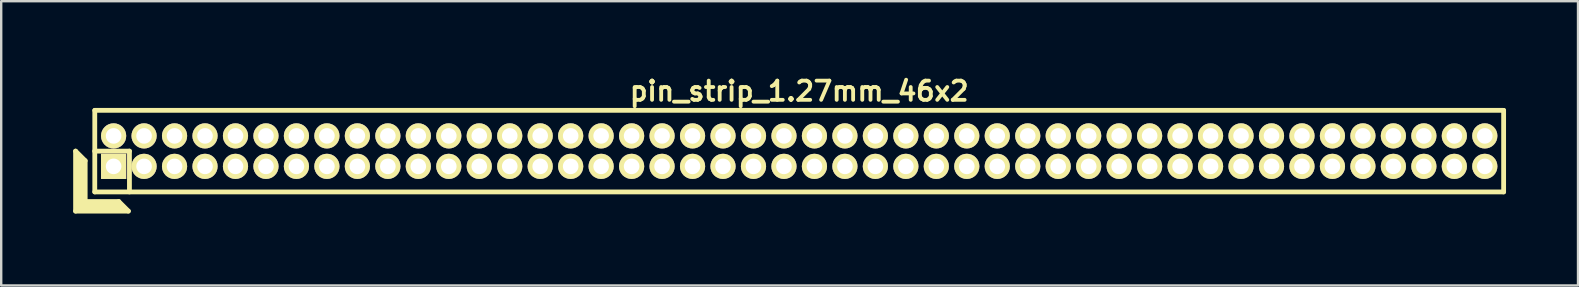
<source format=kicad_pcb>
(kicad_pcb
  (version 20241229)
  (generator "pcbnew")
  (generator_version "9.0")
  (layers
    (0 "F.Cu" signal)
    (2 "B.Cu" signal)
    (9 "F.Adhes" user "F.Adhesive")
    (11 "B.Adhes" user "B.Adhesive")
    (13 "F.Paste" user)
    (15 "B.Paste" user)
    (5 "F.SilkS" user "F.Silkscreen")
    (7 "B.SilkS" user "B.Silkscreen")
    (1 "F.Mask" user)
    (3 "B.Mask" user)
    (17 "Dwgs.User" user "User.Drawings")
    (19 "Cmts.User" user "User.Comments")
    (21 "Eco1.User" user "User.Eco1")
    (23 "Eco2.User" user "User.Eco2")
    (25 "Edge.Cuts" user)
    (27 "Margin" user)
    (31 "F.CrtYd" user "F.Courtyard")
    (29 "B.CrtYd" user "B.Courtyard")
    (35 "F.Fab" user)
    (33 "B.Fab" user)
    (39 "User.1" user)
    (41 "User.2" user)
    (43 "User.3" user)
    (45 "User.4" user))
  (footprint "pin_strip_1.27mm_46x2"
    (layer "F.Cu")
    (at 30.26 3.249)
    (property "Reference" "pin_strip_1.27mm_46x2" (at 0 -2.5 0) (layer "F.SilkS") (effects (font (size 0.8 0.8) (thickness 0.16))))
    (attr through_hole)
    (fp_line (start -30.16 0) (end -30.16 2.5) (stroke (width 0.2) (type solid)) (layer "F.SilkS"))
    (fp_line (start -30.16 0) (end -29.76 0.4) (stroke (width 0.2) (type solid)) (layer "F.SilkS"))
    (fp_line (start -30.16 2.5) (end -27.96 2.5) (stroke (width 0.2) (type solid)) (layer "F.SilkS"))
    (fp_line (start -30.06 2.4) (end -30.06 0.2) (stroke (width 0.2) (type solid)) (layer "F.SilkS"))
    (fp_line (start -30.06 2.4) (end -28.16 2.4) (stroke (width 0.2) (type solid)) (layer "F.SilkS"))
    (fp_line (start -29.96 2.3) (end -29.96 0.3) (stroke (width 0.2) (type solid)) (layer "F.SilkS"))
    (fp_line (start -29.96 2.3) (end -28.26 2.3) (stroke (width 0.2) (type solid)) (layer "F.SilkS"))
    (fp_line (start -29.86 2.2) (end -29.86 0.4) (stroke (width 0.2) (type solid)) (layer "F.SilkS"))
    (fp_line (start -29.86 2.2) (end -28.36 2.2) (stroke (width 0.2) (type solid)) (layer "F.SilkS"))
    (fp_line (start -29.76 2.1) (end -29.76 0.4) (stroke (width 0.2) (type solid)) (layer "F.SilkS"))
    (fp_line (start -29.76 2.1) (end -28.36 2.1) (stroke (width 0.2) (type solid)) (layer "F.SilkS"))
    (fp_line (start -29.365 0) (end -27.915 0) (stroke (width 0.2) (type solid)) (layer "F.SilkS"))
    (fp_line (start -29.36 -1.7) (end 29.36 -1.7) (stroke (width 0.2) (type solid)) (layer "F.SilkS"))
    (fp_line (start -29.36 1.7) (end -29.36 -1.7) (stroke (width 0.2) (type solid)) (layer "F.SilkS"))
    (fp_line (start -28.36 2.1) (end -27.96 2.5) (stroke (width 0.2) (type solid)) (layer "F.SilkS"))
    (fp_line (start -27.915 0) (end -27.915 1.7) (stroke (width 0.2) (type solid)) (layer "F.SilkS"))
    (fp_line (start 29.36 -1.7) (end 29.36 1.7) (stroke (width 0.2) (type solid)) (layer "F.SilkS"))
    (fp_line (start 29.36 1.7) (end -29.36 1.7) (stroke (width 0.2) (type solid)) (layer "F.SilkS"))
    (pad "1" thru_hole rect (at -28.575 0.635) (size 1.05 1.05) (drill 0.65) (layers "*.Cu" "*.Mask" "F.SilkS"))
    (pad "2" thru_hole oval (at -28.575 -0.635) (size 1.05 1.05) (drill 0.65) (layers "*.Cu" "*.Mask" "F.SilkS"))
    (pad "3" thru_hole oval (at -27.305 0.635) (size 1.05 1.05) (drill 0.65) (layers "*.Cu" "*.Mask" "F.SilkS"))
    (pad "4" thru_hole oval (at -27.305 -0.635) (size 1.05 1.05) (drill 0.65) (layers "*.Cu" "*.Mask" "F.SilkS"))
    (pad "5" thru_hole oval (at -26.035 0.635) (size 1.05 1.05) (drill 0.65) (layers "*.Cu" "*.Mask" "F.SilkS"))
    (pad "6" thru_hole oval (at -26.035 -0.635) (size 1.05 1.05) (drill 0.65) (layers "*.Cu" "*.Mask" "F.SilkS"))
    (pad "7" thru_hole oval (at -24.765 0.635) (size 1.05 1.05) (drill 0.65) (layers "*.Cu" "*.Mask" "F.SilkS"))
    (pad "8" thru_hole oval (at -24.765 -0.635) (size 1.05 1.05) (drill 0.65) (layers "*.Cu" "*.Mask" "F.SilkS"))
    (pad "9" thru_hole oval (at -23.495 0.635) (size 1.05 1.05) (drill 0.65) (layers "*.Cu" "*.Mask" "F.SilkS"))
    (pad "10" thru_hole oval (at -23.495 -0.635) (size 1.05 1.05) (drill 0.65) (layers "*.Cu" "*.Mask" "F.SilkS"))
    (pad "11" thru_hole oval (at -22.225 0.635) (size 1.05 1.05) (drill 0.65) (layers "*.Cu" "*.Mask" "F.SilkS"))
    (pad "12" thru_hole oval (at -22.225 -0.635) (size 1.05 1.05) (drill 0.65) (layers "*.Cu" "*.Mask" "F.SilkS"))
    (pad "13" thru_hole oval (at -20.955 0.635) (size 1.05 1.05) (drill 0.65) (layers "*.Cu" "*.Mask" "F.SilkS"))
    (pad "14" thru_hole oval (at -20.955 -0.635) (size 1.05 1.05) (drill 0.65) (layers "*.Cu" "*.Mask" "F.SilkS"))
    (pad "15" thru_hole oval (at -19.685 0.635) (size 1.05 1.05) (drill 0.65) (layers "*.Cu" "*.Mask" "F.SilkS"))
    (pad "16" thru_hole oval (at -19.685 -0.635) (size 1.05 1.05) (drill 0.65) (layers "*.Cu" "*.Mask" "F.SilkS"))
    (pad "17" thru_hole oval (at -18.415 0.635) (size 1.05 1.05) (drill 0.65) (layers "*.Cu" "*.Mask" "F.SilkS"))
    (pad "18" thru_hole oval (at -18.415 -0.635) (size 1.05 1.05) (drill 0.65) (layers "*.Cu" "*.Mask" "F.SilkS"))
    (pad "19" thru_hole oval (at -17.145 0.635) (size 1.05 1.05) (drill 0.65) (layers "*.Cu" "*.Mask" "F.SilkS"))
    (pad "20" thru_hole oval (at -17.145 -0.635) (size 1.05 1.05) (drill 0.65) (layers "*.Cu" "*.Mask" "F.SilkS"))
    (pad "21" thru_hole oval (at -15.875 0.635) (size 1.05 1.05) (drill 0.65) (layers "*.Cu" "*.Mask" "F.SilkS"))
    (pad "22" thru_hole oval (at -15.875 -0.635) (size 1.05 1.05) (drill 0.65) (layers "*.Cu" "*.Mask" "F.SilkS"))
    (pad "23" thru_hole oval (at -14.605 0.635) (size 1.05 1.05) (drill 0.65) (layers "*.Cu" "*.Mask" "F.SilkS"))
    (pad "24" thru_hole oval (at -14.605 -0.635) (size 1.05 1.05) (drill 0.65) (layers "*.Cu" "*.Mask" "F.SilkS"))
    (pad "25" thru_hole oval (at -13.335 0.635) (size 1.05 1.05) (drill 0.65) (layers "*.Cu" "*.Mask" "F.SilkS"))
    (pad "26" thru_hole oval (at -13.335 -0.635) (size 1.05 1.05) (drill 0.65) (layers "*.Cu" "*.Mask" "F.SilkS"))
    (pad "27" thru_hole oval (at -12.065 0.635) (size 1.05 1.05) (drill 0.65) (layers "*.Cu" "*.Mask" "F.SilkS"))
    (pad "28" thru_hole oval (at -12.065 -0.635) (size 1.05 1.05) (drill 0.65) (layers "*.Cu" "*.Mask" "F.SilkS"))
    (pad "29" thru_hole oval (at -10.795 0.635) (size 1.05 1.05) (drill 0.65) (layers "*.Cu" "*.Mask" "F.SilkS"))
    (pad "30" thru_hole oval (at -10.795 -0.635) (size 1.05 1.05) (drill 0.65) (layers "*.Cu" "*.Mask" "F.SilkS"))
    (pad "31" thru_hole oval (at -9.525 0.635) (size 1.05 1.05) (drill 0.65) (layers "*.Cu" "*.Mask" "F.SilkS"))
    (pad "32" thru_hole oval (at -9.525 -0.635) (size 1.05 1.05) (drill 0.65) (layers "*.Cu" "*.Mask" "F.SilkS"))
    (pad "33" thru_hole oval (at -8.255 0.635) (size 1.05 1.05) (drill 0.65) (layers "*.Cu" "*.Mask" "F.SilkS"))
    (pad "34" thru_hole oval (at -8.255 -0.635) (size 1.05 1.05) (drill 0.65) (layers "*.Cu" "*.Mask" "F.SilkS"))
    (pad "35" thru_hole oval (at -6.985 0.635) (size 1.05 1.05) (drill 0.65) (layers "*.Cu" "*.Mask" "F.SilkS"))
    (pad "36" thru_hole oval (at -6.985 -0.635) (size 1.05 1.05) (drill 0.65) (layers "*.Cu" "*.Mask" "F.SilkS"))
    (pad "37" thru_hole oval (at -5.715 0.635) (size 1.05 1.05) (drill 0.65) (layers "*.Cu" "*.Mask" "F.SilkS"))
    (pad "38" thru_hole oval (at -5.715 -0.635) (size 1.05 1.05) (drill 0.65) (layers "*.Cu" "*.Mask" "F.SilkS"))
    (pad "39" thru_hole oval (at -4.445 0.635) (size 1.05 1.05) (drill 0.65) (layers "*.Cu" "*.Mask" "F.SilkS"))
    (pad "40" thru_hole oval (at -4.445 -0.635) (size 1.05 1.05) (drill 0.65) (layers "*.Cu" "*.Mask" "F.SilkS"))
    (pad "41" thru_hole oval (at -3.175 0.635) (size 1.05 1.05) (drill 0.65) (layers "*.Cu" "*.Mask" "F.SilkS"))
    (pad "42" thru_hole oval (at -3.175 -0.635) (size 1.05 1.05) (drill 0.65) (layers "*.Cu" "*.Mask" "F.SilkS"))
    (pad "43" thru_hole oval (at -1.905 0.635) (size 1.05 1.05) (drill 0.65) (layers "*.Cu" "*.Mask" "F.SilkS"))
    (pad "44" thru_hole oval (at -1.905 -0.635) (size 1.05 1.05) (drill 0.65) (layers "*.Cu" "*.Mask" "F.SilkS"))
    (pad "45" thru_hole oval (at -0.635 0.635) (size 1.05 1.05) (drill 0.65) (layers "*.Cu" "*.Mask" "F.SilkS"))
    (pad "46" thru_hole oval (at -0.635 -0.635) (size 1.05 1.05) (drill 0.65) (layers "*.Cu" "*.Mask" "F.SilkS"))
    (pad "47" thru_hole oval (at 0.635 0.635) (size 1.05 1.05) (drill 0.65) (layers "*.Cu" "*.Mask" "F.SilkS"))
    (pad "48" thru_hole oval (at 0.635 -0.635) (size 1.05 1.05) (drill 0.65) (layers "*.Cu" "*.Mask" "F.SilkS"))
    (pad "49" thru_hole oval (at 1.905 0.635) (size 1.05 1.05) (drill 0.65) (layers "*.Cu" "*.Mask" "F.SilkS"))
    (pad "50" thru_hole oval (at 1.905 -0.635) (size 1.05 1.05) (drill 0.65) (layers "*.Cu" "*.Mask" "F.SilkS"))
    (pad "51" thru_hole circle (at 3.175 0.635) (size 1.05 1.05) (drill 0.65) (layers "*.Cu" "*.Mask" "F.SilkS"))
    (pad "52" thru_hole oval (at 3.175 -0.635) (size 1.05 1.05) (drill 0.65) (layers "*.Cu" "*.Mask" "F.SilkS"))
    (pad "53" thru_hole oval (at 4.445 0.635) (size 1.05 1.05) (drill 0.65) (layers "*.Cu" "*.Mask" "F.SilkS"))
    (pad "54" thru_hole oval (at 4.445 -0.635) (size 1.05 1.05) (drill 0.65) (layers "*.Cu" "*.Mask" "F.SilkS"))
    (pad "55" thru_hole oval (at 5.715 0.635) (size 1.05 1.05) (drill 0.65) (layers "*.Cu" "*.Mask" "F.SilkS"))
    (pad "56" thru_hole oval (at 5.715 -0.635) (size 1.05 1.05) (drill 0.65) (layers "*.Cu" "*.Mask" "F.SilkS"))
    (pad "57" thru_hole oval (at 6.985 0.635) (size 1.05 1.05) (drill 0.65) (layers "*.Cu" "*.Mask" "F.SilkS"))
    (pad "58" thru_hole oval (at 6.985 -0.635) (size 1.05 1.05) (drill 0.65) (layers "*.Cu" "*.Mask" "F.SilkS"))
    (pad "59" thru_hole oval (at 8.255 0.635) (size 1.05 1.05) (drill 0.65) (layers "*.Cu" "*.Mask" "F.SilkS"))
    (pad "60" thru_hole oval (at 8.255 -0.635) (size 1.05 1.05) (drill 0.65) (layers "*.Cu" "*.Mask" "F.SilkS"))
    (pad "61" thru_hole oval (at 9.525 0.635) (size 1.05 1.05) (drill 0.65) (layers "*.Cu" "*.Mask" "F.SilkS"))
    (pad "62" thru_hole oval (at 9.525 -0.635) (size 1.05 1.05) (drill 0.65) (layers "*.Cu" "*.Mask" "F.SilkS"))
    (pad "63" thru_hole oval (at 10.795 0.635) (size 1.05 1.05) (drill 0.65) (layers "*.Cu" "*.Mask" "F.SilkS"))
    (pad "64" thru_hole oval (at 10.795 -0.635) (size 1.05 1.05) (drill 0.65) (layers "*.Cu" "*.Mask" "F.SilkS"))
    (pad "65" thru_hole oval (at 12.065 0.635) (size 1.05 1.05) (drill 0.65) (layers "*.Cu" "*.Mask" "F.SilkS"))
    (pad "66" thru_hole oval (at 12.065 -0.635) (size 1.05 1.05) (drill 0.65) (layers "*.Cu" "*.Mask" "F.SilkS"))
    (pad "67" thru_hole oval (at 13.335 0.635) (size 1.05 1.05) (drill 0.65) (layers "*.Cu" "*.Mask" "F.SilkS"))
    (pad "68" thru_hole oval (at 13.335 -0.635) (size 1.05 1.05) (drill 0.65) (layers "*.Cu" "*.Mask" "F.SilkS"))
    (pad "69" thru_hole oval (at 14.605 0.635) (size 1.05 1.05) (drill 0.65) (layers "*.Cu" "*.Mask" "F.SilkS"))
    (pad "70" thru_hole oval (at 14.605 -0.635) (size 1.05 1.05) (drill 0.65) (layers "*.Cu" "*.Mask" "F.SilkS"))
    (pad "71" thru_hole oval (at 15.875 0.635) (size 1.05 1.05) (drill 0.65) (layers "*.Cu" "*.Mask" "F.SilkS"))
    (pad "72" thru_hole oval (at 15.875 -0.635) (size 1.05 1.05) (drill 0.65) (layers "*.Cu" "*.Mask" "F.SilkS"))
    (pad "73" thru_hole oval (at 17.145 0.635) (size 1.05 1.05) (drill 0.65) (layers "*.Cu" "*.Mask" "F.SilkS"))
    (pad "74" thru_hole oval (at 17.145 -0.635) (size 1.05 1.05) (drill 0.65) (layers "*.Cu" "*.Mask" "F.SilkS"))
    (pad "75" thru_hole oval (at 18.415 0.635) (size 1.05 1.05) (drill 0.65) (layers "*.Cu" "*.Mask" "F.SilkS"))
    (pad "76" thru_hole oval (at 18.415 -0.635) (size 1.05 1.05) (drill 0.65) (layers "*.Cu" "*.Mask" "F.SilkS"))
    (pad "77" thru_hole oval (at 19.685 0.635) (size 1.05 1.05) (drill 0.65) (layers "*.Cu" "*.Mask" "F.SilkS"))
    (pad "78" thru_hole oval (at 19.685 -0.635) (size 1.05 1.05) (drill 0.65) (layers "*.Cu" "*.Mask" "F.SilkS"))
    (pad "79" thru_hole oval (at 20.955 0.635) (size 1.05 1.05) (drill 0.65) (layers "*.Cu" "*.Mask" "F.SilkS"))
    (pad "80" thru_hole oval (at 20.955 -0.635) (size 1.05 1.05) (drill 0.65) (layers "*.Cu" "*.Mask" "F.SilkS"))
    (pad "81" thru_hole oval (at 22.225 0.635) (size 1.05 1.05) (drill 0.65) (layers "*.Cu" "*.Mask" "F.SilkS"))
    (pad "82" thru_hole oval (at 22.225 -0.635) (size 1.05 1.05) (drill 0.65) (layers "*.Cu" "*.Mask" "F.SilkS"))
    (pad "83" thru_hole oval (at 23.495 0.635) (size 1.05 1.05) (drill 0.65) (layers "*.Cu" "*.Mask" "F.SilkS"))
    (pad "84" thru_hole oval (at 23.495 -0.635) (size 1.05 1.05) (drill 0.65) (layers "*.Cu" "*.Mask" "F.SilkS"))
    (pad "85" thru_hole oval (at 24.765 0.635) (size 1.05 1.05) (drill 0.65) (layers "*.Cu" "*.Mask" "F.SilkS"))
    (pad "86" thru_hole oval (at 24.765 -0.635) (size 1.05 1.05) (drill 0.65) (layers "*.Cu" "*.Mask" "F.SilkS"))
    (pad "87" thru_hole oval (at 26.035 0.635) (size 1.05 1.05) (drill 0.65) (layers "*.Cu" "*.Mask" "F.SilkS"))
    (pad "88" thru_hole oval (at 26.035 -0.635) (size 1.05 1.05) (drill 0.65) (layers "*.Cu" "*.Mask" "F.SilkS"))
    (pad "89" thru_hole oval (at 27.305 0.635) (size 1.05 1.05) (drill 0.65) (layers "*.Cu" "*.Mask" "F.SilkS"))
    (pad "90" thru_hole oval (at 27.305 -0.635) (size 1.05 1.05) (drill 0.65) (layers "*.Cu" "*.Mask" "F.SilkS"))
    (pad "91" thru_hole oval (at 28.575 0.635) (size 1.05 1.05) (drill 0.65) (layers "*.Cu" "*.Mask" "F.SilkS"))
    (pad "92" thru_hole oval (at 28.575 -0.635) (size 1.05 1.05) (drill 0.65) (layers "*.Cu" "*.Mask" "F.SilkS")))
  (gr_rect
    (start -3 -3)
    (end 62.72 8.849)
    (stroke (width 0.1) (type default))
    (fill no)
    (layer "Edge.Cuts")))
</source>
